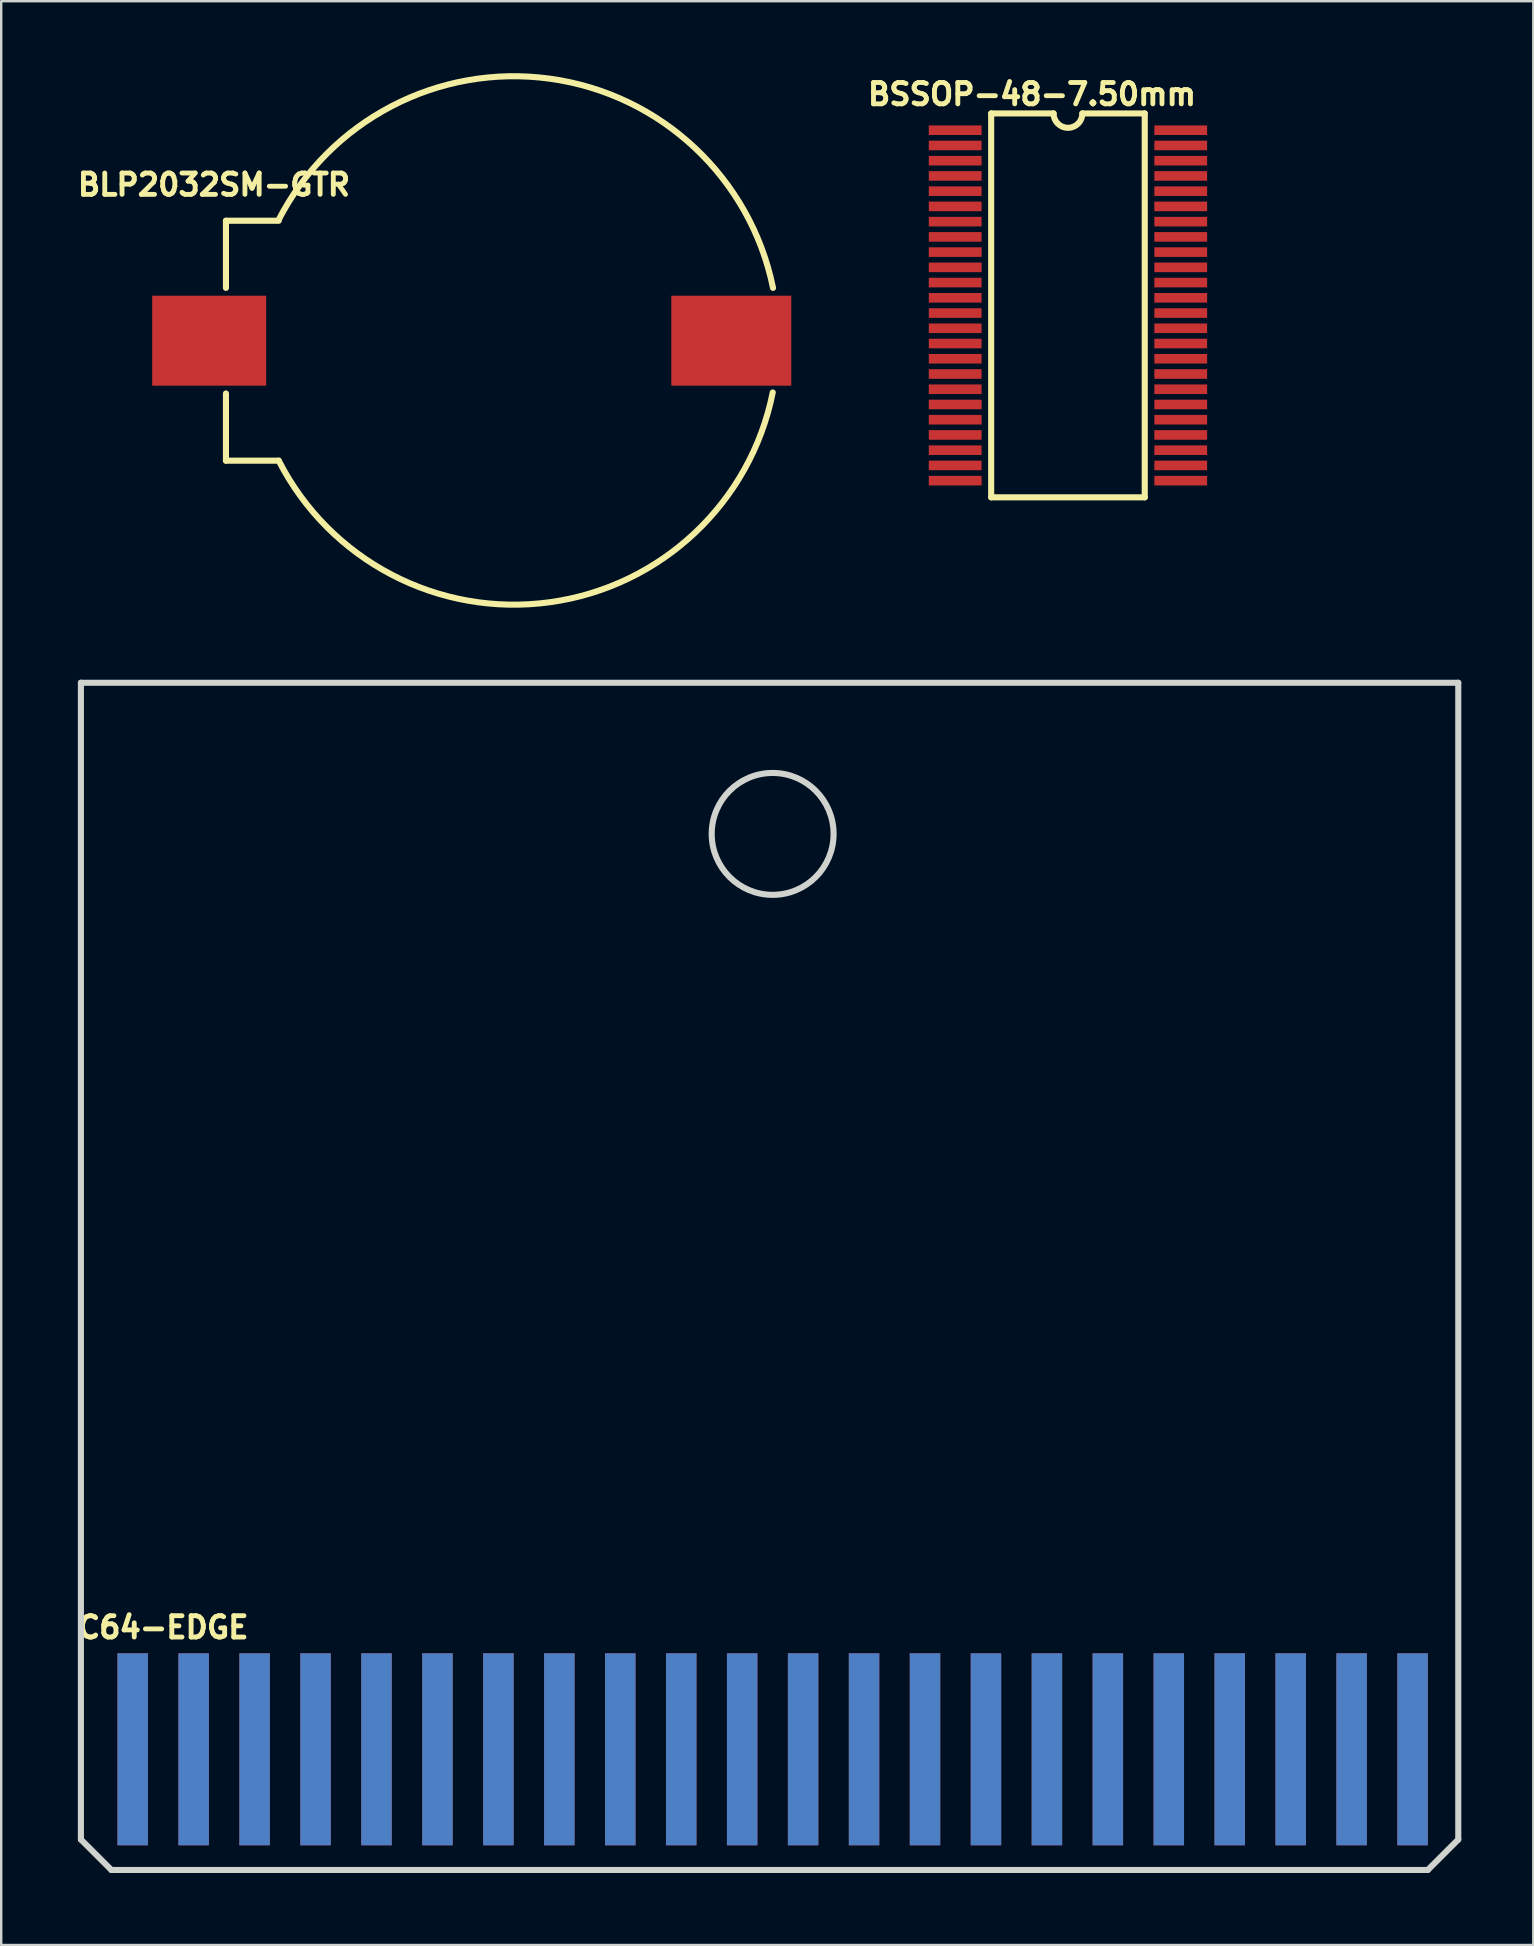
<source format=kicad_pcb>
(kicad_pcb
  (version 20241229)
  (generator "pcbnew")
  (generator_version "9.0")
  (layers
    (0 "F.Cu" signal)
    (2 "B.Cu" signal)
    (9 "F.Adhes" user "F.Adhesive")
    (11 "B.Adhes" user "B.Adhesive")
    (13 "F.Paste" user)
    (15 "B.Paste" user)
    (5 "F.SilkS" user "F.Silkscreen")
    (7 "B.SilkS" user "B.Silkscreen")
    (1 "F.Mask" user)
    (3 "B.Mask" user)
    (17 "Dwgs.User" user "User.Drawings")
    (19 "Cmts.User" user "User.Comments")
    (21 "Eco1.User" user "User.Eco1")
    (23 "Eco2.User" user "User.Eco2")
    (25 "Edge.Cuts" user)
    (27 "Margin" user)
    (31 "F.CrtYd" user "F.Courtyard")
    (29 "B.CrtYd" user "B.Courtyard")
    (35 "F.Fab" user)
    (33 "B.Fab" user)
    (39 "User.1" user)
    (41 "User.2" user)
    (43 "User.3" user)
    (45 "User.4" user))
  (footprint "BLP2032SM-GTR"
    (layer "F.Cu")
    (at 18.367 11.149)
    (property "Reference" "BLP2032SM-GTR" (at -12.5 -6.5 0) (layer "F.SilkS") (effects (font (size 0.889 0.889) (thickness 0.203))))
    (attr through_hole)
    (fp_line (start -12 -5) (end -12 -2.2) (stroke (width 0.254) (type solid)) (layer "F.SilkS"))
    (fp_line (start -12 -5) (end -9.8 -5) (stroke (width 0.254) (type solid)) (layer "F.SilkS"))
    (fp_line (start -12 2.2) (end -12 5) (stroke (width 0.254) (type solid)) (layer "F.SilkS"))
    (fp_line (start -12 5) (end -9.8 5) (stroke (width 0.254) (type solid)) (layer "F.SilkS"))
    (fp_arc (start -9.812133 -5.020162) (mid 1.494088 -10.920059) (end 10.799999 -2.199999) (stroke (width 0.254) (type solid)) (layer "F.SilkS"))
    (fp_arc (start 10.788169 2.157634) (mid 1.504619 10.898445) (end -9.799999 4.999999) (stroke (width 0.254) (type solid)) (layer "F.SilkS"))
    (pad "1" smd rect (at 9.06 0) (size 5 3.75) (layers "F.Cu" "F.Mask" "F.Paste"))
    (pad "2" smd rect (at -12.7 0) (size 4.75 3.75) (layers "F.Cu" "F.Mask" "F.Paste")))
  (footprint "BSSOP-48-7.50mm"
    (layer "F.Cu")
    (at 36.759 2.377)
    (property "Reference" "BSSOP-48-7.50mm" (at 3.2 -1.5 0) (layer "F.SilkS") (effects (font (size 0.889 0.889) (thickness 0.203))))
    (attr through_hole)
    (fp_line (start 1.5 -0.7) (end 1.5 15.3) (stroke (width 0.254) (type solid)) (layer "F.SilkS"))
    (fp_line (start 1.5 -0.7) (end 4.1 -0.7) (stroke (width 0.254) (type solid)) (layer "F.SilkS"))
    (fp_line (start 1.5 15.3) (end 7.9 15.3) (stroke (width 0.254) (type solid)) (layer "F.SilkS"))
    (fp_line (start 5.3 -0.7) (end 7.9 -0.7) (stroke (width 0.254) (type solid)) (layer "F.SilkS"))
    (fp_line (start 7.9 15.3) (end 7.9 -0.7) (stroke (width 0.254) (type solid)) (layer "F.SilkS"))
    (fp_arc (start 5.3 -0.7) (mid 4.7 -0.1) (end 4.1 -0.7) (stroke (width 0.254) (type solid)) (layer "F.SilkS"))
    (pad "1" smd rect (at 0 0) (size 2.2 0.4) (layers "F.Cu" "F.Mask" "F.Paste"))
    (pad "2" smd rect (at 0 0.635) (size 2.2 0.4) (layers "F.Cu" "F.Mask" "F.Paste"))
    (pad "3" smd rect (at 0 1.27) (size 2.2 0.4) (layers "F.Cu" "F.Mask" "F.Paste"))
    (pad "4" smd rect (at 0 1.905) (size 2.2 0.4) (layers "F.Cu" "F.Mask" "F.Paste"))
    (pad "5" smd rect (at 0 2.54) (size 2.2 0.4) (layers "F.Cu" "F.Mask" "F.Paste"))
    (pad "6" smd rect (at 0 3.175) (size 2.2 0.4) (layers "F.Cu" "F.Mask" "F.Paste"))
    (pad "7" smd rect (at 0 3.81) (size 2.2 0.4) (layers "F.Cu" "F.Mask" "F.Paste"))
    (pad "8" smd rect (at 0 4.445) (size 2.2 0.4) (layers "F.Cu" "F.Mask" "F.Paste"))
    (pad "9" smd rect (at 0 5.08) (size 2.2 0.4) (layers "F.Cu" "F.Mask" "F.Paste"))
    (pad "10" smd rect (at 0 5.715) (size 2.2 0.4) (layers "F.Cu" "F.Mask" "F.Paste"))
    (pad "11" smd rect (at 0 6.35) (size 2.2 0.4) (layers "F.Cu" "F.Mask" "F.Paste"))
    (pad "12" smd rect (at 0 6.985) (size 2.2 0.4) (layers "F.Cu" "F.Mask" "F.Paste"))
    (pad "13" smd rect (at 0 7.62) (size 2.2 0.4) (layers "F.Cu" "F.Mask" "F.Paste"))
    (pad "14" smd rect (at 0 8.255) (size 2.2 0.4) (layers "F.Cu" "F.Mask" "F.Paste"))
    (pad "15" smd rect (at 0 8.89) (size 2.2 0.4) (layers "F.Cu" "F.Mask" "F.Paste"))
    (pad "16" smd rect (at 0 9.525) (size 2.2 0.4) (layers "F.Cu" "F.Mask" "F.Paste"))
    (pad "17" smd rect (at 0 10.16) (size 2.2 0.4) (layers "F.Cu" "F.Mask" "F.Paste"))
    (pad "18" smd rect (at 0 10.795) (size 2.2 0.4) (layers "F.Cu" "F.Mask" "F.Paste"))
    (pad "19" smd rect (at 0 11.43) (size 2.2 0.4) (layers "F.Cu" "F.Mask" "F.Paste"))
    (pad "20" smd rect (at 0 12.065) (size 2.2 0.4) (layers "F.Cu" "F.Mask" "F.Paste"))
    (pad "21" smd rect (at 0 12.7) (size 2.2 0.4) (layers "F.Cu" "F.Mask" "F.Paste"))
    (pad "22" smd rect (at 0 13.335) (size 2.2 0.4) (layers "F.Cu" "F.Mask" "F.Paste"))
    (pad "23" smd rect (at 0 13.97) (size 2.2 0.4) (layers "F.Cu" "F.Mask" "F.Paste"))
    (pad "24" smd rect (at 0 14.605) (size 2.2 0.4) (layers "F.Cu" "F.Mask" "F.Paste"))
    (pad "25" smd rect (at 9.4 14.605) (size 2.2 0.4) (layers "F.Cu" "F.Mask" "F.Paste"))
    (pad "26" smd rect (at 9.4 13.97) (size 2.2 0.4) (layers "F.Cu" "F.Mask" "F.Paste"))
    (pad "27" smd rect (at 9.4 13.335) (size 2.2 0.4) (layers "F.Cu" "F.Mask" "F.Paste"))
    (pad "28" smd rect (at 9.4 12.7) (size 2.2 0.4) (layers "F.Cu" "F.Mask" "F.Paste"))
    (pad "29" smd rect (at 9.4 12.065) (size 2.2 0.4) (layers "F.Cu" "F.Mask" "F.Paste"))
    (pad "30" smd rect (at 9.4 11.43) (size 2.2 0.4) (layers "F.Cu" "F.Mask" "F.Paste"))
    (pad "31" smd rect (at 9.4 10.795) (size 2.2 0.4) (layers "F.Cu" "F.Mask" "F.Paste"))
    (pad "32" smd rect (at 9.4 10.16) (size 2.2 0.4) (layers "F.Cu" "F.Mask" "F.Paste"))
    (pad "33" smd rect (at 9.4 9.525) (size 2.2 0.4) (layers "F.Cu" "F.Mask" "F.Paste"))
    (pad "34" smd rect (at 9.4 8.89) (size 2.2 0.4) (layers "F.Cu" "F.Mask" "F.Paste"))
    (pad "35" smd rect (at 9.4 8.255) (size 2.2 0.4) (layers "F.Cu" "F.Mask" "F.Paste"))
    (pad "36" smd rect (at 9.4 7.62) (size 2.2 0.4) (layers "F.Cu" "F.Mask" "F.Paste"))
    (pad "37" smd rect (at 9.4 6.985) (size 2.2 0.4) (layers "F.Cu" "F.Mask" "F.Paste"))
    (pad "38" smd rect (at 9.4 6.35) (size 2.2 0.4) (layers "F.Cu" "F.Mask" "F.Paste"))
    (pad "39" smd rect (at 9.4 5.715) (size 2.2 0.4) (layers "F.Cu" "F.Mask" "F.Paste"))
    (pad "40" smd rect (at 9.4 5.08) (size 2.2 0.4) (layers "F.Cu" "F.Mask" "F.Paste"))
    (pad "41" smd rect (at 9.4 4.445) (size 2.2 0.4) (layers "F.Cu" "F.Mask" "F.Paste"))
    (pad "42" smd rect (at 9.4 3.81) (size 2.2 0.4) (layers "F.Cu" "F.Mask" "F.Paste"))
    (pad "43" smd rect (at 9.4 3.175) (size 2.2 0.4) (layers "F.Cu" "F.Mask" "F.Paste"))
    (pad "44" smd rect (at 9.4 2.54) (size 2.2 0.4) (layers "F.Cu" "F.Mask" "F.Paste"))
    (pad "45" smd rect (at 9.4 1.905) (size 2.2 0.4) (layers "F.Cu" "F.Mask" "F.Paste"))
    (pad "46" smd rect (at 9.4 1.27) (size 2.2 0.4) (layers "F.Cu" "F.Mask" "F.Paste"))
    (pad "47" smd rect (at 9.4 0.635) (size 2.2 0.4) (layers "F.Cu" "F.Mask" "F.Paste"))
    (pad "48" smd rect (at 9.4 0) (size 2.2 0.4) (layers "F.Cu" "F.Mask" "F.Paste")))
  (footprint "C64-EDGE"
    (layer "F.Cu")
    (at 2.481 69.855)
    (property "Reference" "C64-EDGE" (at 1.27 -5.08 0) (layer "F.SilkS") (effects (font (size 0.889 0.889) (thickness 0.203))))
    (attr through_hole)
    (fp_line (start -2.159 -44.45) (end -2.159 3.759) (stroke (width 0.254) (type solid)) (layer "Edge.Cuts"))
    (fp_line (start -2.159 -44.45) (end 55.245 -44.45) (stroke (width 0.254) (type solid)) (layer "Edge.Cuts"))
    (fp_line (start -2.159 3.759) (end -0.889 5.029) (stroke (width 0.254) (type solid)) (layer "Edge.Cuts"))
    (fp_line (start -0.889 5.029) (end 53.975 5.029) (stroke (width 0.254) (type solid)) (layer "Edge.Cuts"))
    (fp_line (start 55.245 3.759) (end 53.975 5.029) (stroke (width 0.254) (type solid)) (layer "Edge.Cuts"))
    (fp_line (start 55.245 3.759) (end 55.245 -44.45) (stroke (width 0.254) (type solid)) (layer "Edge.Cuts"))
    (fp_circle (center 26.67 -38.151) (end 26.67 -35.611) (stroke (width 0.254) (type solid)) (fill no) (layer "Edge.Cuts"))
    (pad "1" smd rect (at 0 0) (size 1.27 8.001) (layers "F.Cu" "F.Paste"))
    (pad "2" smd rect (at 2.54 0) (size 1.27 8.001) (layers "F.Cu" "F.Paste"))
    (pad "3" smd rect (at 5.08 0) (size 1.27 8.001) (layers "F.Cu" "F.Paste"))
    (pad "4" smd rect (at 7.62 0) (size 1.27 8.001) (layers "F.Cu" "F.Paste"))
    (pad "5" smd rect (at 10.16 0) (size 1.27 8.001) (layers "F.Cu" "F.Paste"))
    (pad "6" smd rect (at 12.7 0) (size 1.27 8.001) (layers "F.Cu" "F.Paste"))
    (pad "7" smd rect (at 15.24 0) (size 1.27 8.001) (layers "F.Cu" "F.Paste"))
    (pad "8" smd rect (at 17.78 0) (size 1.27 8.001) (layers "F.Cu" "F.Paste"))
    (pad "9" smd rect (at 20.32 0) (size 1.27 8.001) (layers "F.Cu" "F.Paste"))
    (pad "10" smd rect (at 22.86 0) (size 1.27 8.001) (layers "F.Cu" "F.Paste"))
    (pad "11" smd rect (at 25.4 0) (size 1.27 8.001) (layers "F.Cu" "F.Paste"))
    (pad "12" smd rect (at 27.94 0) (size 1.27 8.001) (layers "F.Cu" "F.Paste"))
    (pad "13" smd rect (at 30.48 0) (size 1.27 8.001) (layers "F.Cu" "F.Paste"))
    (pad "14" smd rect (at 33.02 0) (size 1.27 8.001) (layers "F.Cu" "F.Paste"))
    (pad "15" smd rect (at 35.56 0) (size 1.27 8.001) (layers "F.Cu" "F.Paste"))
    (pad "16" smd rect (at 38.1 0) (size 1.27 8.001) (layers "F.Cu" "F.Paste"))
    (pad "17" smd rect (at 40.64 0) (size 1.27 8.001) (layers "F.Cu" "F.Paste"))
    (pad "18" smd rect (at 43.18 0) (size 1.27 8.001) (layers "F.Cu" "F.Paste"))
    (pad "19" smd rect (at 45.72 0) (size 1.27 8.001) (layers "F.Cu" "F.Paste"))
    (pad "20" smd rect (at 48.26 0) (size 1.27 8.001) (layers "F.Cu" "F.Paste"))
    (pad "21" smd rect (at 50.8 0) (size 1.27 8.001) (layers "F.Cu" "F.Paste"))
    (pad "22" smd rect (at 53.34 0) (size 1.27 8.001) (layers "F.Cu" "F.Paste"))
    (pad "A" smd rect (at 0 0) (size 1.27 8.001) (layers "B.Cu" "B.Paste"))
    (pad "B" smd rect (at 2.54 0) (size 1.27 8.001) (layers "B.Cu" "B.Paste"))
    (pad "C" smd rect (at 5.08 0) (size 1.27 8.001) (layers "B.Cu" "B.Paste"))
    (pad "D" smd rect (at 7.62 0) (size 1.27 8.001) (layers "B.Cu" "B.Paste"))
    (pad "E" smd rect (at 10.16 0) (size 1.27 8.001) (layers "B.Cu" "B.Paste"))
    (pad "F" smd rect (at 12.7 0) (size 1.27 8.001) (layers "B.Cu" "B.Paste"))
    (pad "H" smd rect (at 15.24 0) (size 1.27 8.001) (layers "B.Cu" "B.Paste"))
    (pad "J" smd rect (at 17.78 0) (size 1.27 8.001) (layers "B.Cu" "B.Paste"))
    (pad "K" smd rect (at 20.32 0) (size 1.27 8.001) (layers "B.Cu" "B.Paste"))
    (pad "L" smd rect (at 22.86 0) (size 1.27 8.001) (layers "B.Cu" "B.Paste"))
    (pad "M" smd rect (at 25.4 0) (size 1.27 8.001) (layers "B.Cu" "B.Paste"))
    (pad "N" smd rect (at 27.94 0) (size 1.27 8.001) (layers "B.Cu" "B.Paste"))
    (pad "P" smd rect (at 30.48 0) (size 1.27 8.001) (layers "B.Cu" "B.Paste"))
    (pad "R" smd rect (at 33.02 0) (size 1.27 8.001) (layers "B.Cu" "B.Paste"))
    (pad "S" smd rect (at 35.56 0) (size 1.27 8.001) (layers "B.Cu" "B.Paste"))
    (pad "T" smd rect (at 38.1 0) (size 1.27 8.001) (layers "B.Cu" "B.Paste"))
    (pad "U" smd rect (at 40.64 0) (size 1.27 8.001) (layers "B.Cu" "B.Paste"))
    (pad "V" smd rect (at 43.18 0) (size 1.27 8.001) (layers "B.Cu" "B.Paste"))
    (pad "W" smd rect (at 45.72 0) (size 1.27 8.001) (layers "B.Cu" "B.Paste"))
    (pad "X" smd rect (at 48.26 0) (size 1.27 8.001) (layers "B.Cu" "B.Paste"))
    (pad "Y" smd rect (at 50.8 0) (size 1.27 8.001) (layers "B.Cu" "B.Paste"))
    (pad "Z" smd rect (at 53.34 0) (size 1.27 8.001) (layers "B.Cu" "B.Paste")))
  (gr_rect
    (start -3 -3)
    (end 60.853 78.011)
    (stroke (width 0.1) (type default))
    (fill no)
    (layer "Edge.Cuts")))
</source>
